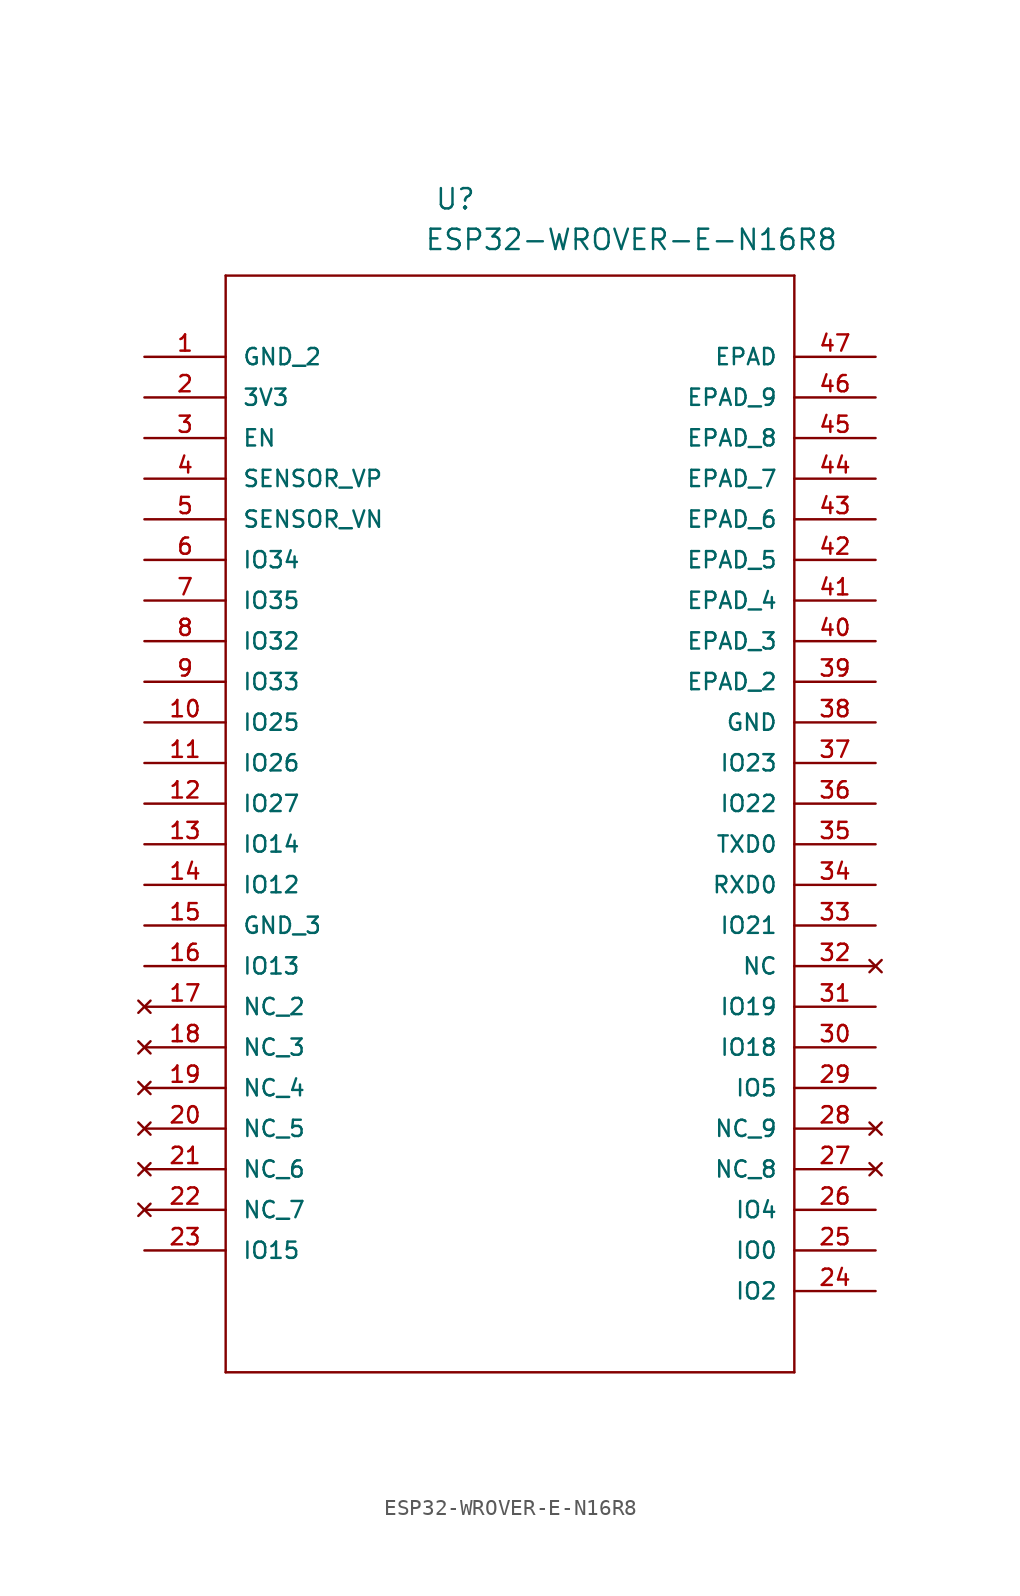
<source format=kicad_sym>
(kicad_symbol_lib
  (version 20211014)
  (generator kicad_symbol_editor)
  (symbol "ESP32-WROVER-E-N16R8"
    (pin_names
      (offset 1.016))
    (property "Reference" "U"
      (at 20.675 9.119 0)
      (effects (font (size 1.27 1.27)) (justify bottom left)))
    (property "Value" "ESP32-WROVER-E-N16R8"
      (at 20.035 6.579 0)
      (effects (font (size 1.27 1.27)) (justify bottom left)))
    (symbol "ESP32-WROVER-E-N16R8_0_0"
      (polyline (pts (xy 7.62 5.08) (xy 7.62 -63.5)) (stroke (width 0.152)))
      (polyline (pts (xy 7.62 -63.5) (xy 43.18 -63.5)) (stroke (width 0.152)))
      (polyline (pts (xy 43.18 -63.5) (xy 43.18 5.08)) (stroke (width 0.152)))
      (polyline (pts (xy 43.18 5.08) (xy 7.62 5.08)) (stroke (width 0.152)))
      (pin passive line (at 2.54 0.0 0) (length 5.08) (name "GND_2" (effects (font (size 1.016 1.016)))) (number "1" (effects (font (size 1.016 1.016)))))
      (pin power_in line (at 2.54 -2.54 0) (length 5.08) (name "3V3" (effects (font (size 1.016 1.016)))) (number "2" (effects (font (size 1.016 1.016)))))
      (pin input line (at 2.54 -5.08 0) (length 5.08) (name "EN" (effects (font (size 1.016 1.016)))) (number "3" (effects (font (size 1.016 1.016)))))
      (pin bidirectional line (at 2.54 -7.62 0) (length 5.08) (name "SENSOR_VP" (effects (font (size 1.016 1.016)))) (number "4" (effects (font (size 1.016 1.016)))))
      (pin bidirectional line (at 2.54 -10.16 0) (length 5.08) (name "SENSOR_VN" (effects (font (size 1.016 1.016)))) (number "5" (effects (font (size 1.016 1.016)))))
      (pin bidirectional line (at 2.54 -12.7 0) (length 5.08) (name "IO34" (effects (font (size 1.016 1.016)))) (number "6" (effects (font (size 1.016 1.016)))))
      (pin bidirectional line (at 2.54 -15.24 0) (length 5.08) (name "IO35" (effects (font (size 1.016 1.016)))) (number "7" (effects (font (size 1.016 1.016)))))
      (pin bidirectional line (at 2.54 -17.78 0) (length 5.08) (name "IO32" (effects (font (size 1.016 1.016)))) (number "8" (effects (font (size 1.016 1.016)))))
      (pin bidirectional line (at 2.54 -20.32 0) (length 5.08) (name "IO33" (effects (font (size 1.016 1.016)))) (number "9" (effects (font (size 1.016 1.016)))))
      (pin bidirectional line (at 2.54 -22.86 0) (length 5.08) (name "IO25" (effects (font (size 1.016 1.016)))) (number "10" (effects (font (size 1.016 1.016)))))
      (pin bidirectional line (at 2.54 -25.4 0) (length 5.08) (name "IO26" (effects (font (size 1.016 1.016)))) (number "11" (effects (font (size 1.016 1.016)))))
      (pin bidirectional line (at 2.54 -27.94 0) (length 5.08) (name "IO27" (effects (font (size 1.016 1.016)))) (number "12" (effects (font (size 1.016 1.016)))))
      (pin bidirectional line (at 2.54 -30.48 0) (length 5.08) (name "IO14" (effects (font (size 1.016 1.016)))) (number "13" (effects (font (size 1.016 1.016)))))
      (pin bidirectional line (at 2.54 -33.02 0) (length 5.08) (name "IO12" (effects (font (size 1.016 1.016)))) (number "14" (effects (font (size 1.016 1.016)))))
      (pin passive line (at 2.54 -35.56 0) (length 5.08) (name "GND_3" (effects (font (size 1.016 1.016)))) (number "15" (effects (font (size 1.016 1.016)))))
      (pin bidirectional line (at 2.54 -38.1 0) (length 5.08) (name "IO13" (effects (font (size 1.016 1.016)))) (number "16" (effects (font (size 1.016 1.016)))))
      (pin no_connect line (at 2.54 -40.64 0) (length 5.08) (name "NC_2" (effects (font (size 1.016 1.016)))) (number "17" (effects (font (size 1.016 1.016)))))
      (pin no_connect line (at 2.54 -43.18 0) (length 5.08) (name "NC_3" (effects (font (size 1.016 1.016)))) (number "18" (effects (font (size 1.016 1.016)))))
      (pin no_connect line (at 2.54 -45.72 0) (length 5.08) (name "NC_4" (effects (font (size 1.016 1.016)))) (number "19" (effects (font (size 1.016 1.016)))))
      (pin no_connect line (at 2.54 -48.26 0) (length 5.08) (name "NC_5" (effects (font (size 1.016 1.016)))) (number "20" (effects (font (size 1.016 1.016)))))
      (pin no_connect line (at 2.54 -50.8 0) (length 5.08) (name "NC_6" (effects (font (size 1.016 1.016)))) (number "21" (effects (font (size 1.016 1.016)))))
      (pin no_connect line (at 2.54 -53.34 0) (length 5.08) (name "NC_7" (effects (font (size 1.016 1.016)))) (number "22" (effects (font (size 1.016 1.016)))))
      (pin bidirectional line (at 2.54 -55.88 0) (length 5.08) (name "IO15" (effects (font (size 1.016 1.016)))) (number "23" (effects (font (size 1.016 1.016)))))
      (pin bidirectional line (at 48.26 -58.42 180.0) (length 5.08) (name "IO2" (effects (font (size 1.016 1.016)))) (number "24" (effects (font (size 1.016 1.016)))))
      (pin bidirectional line (at 48.26 -55.88 180.0) (length 5.08) (name "IO0" (effects (font (size 1.016 1.016)))) (number "25" (effects (font (size 1.016 1.016)))))
      (pin bidirectional line (at 48.26 -53.34 180.0) (length 5.08) (name "IO4" (effects (font (size 1.016 1.016)))) (number "26" (effects (font (size 1.016 1.016)))))
      (pin no_connect line (at 48.26 -50.8 180.0) (length 5.08) (name "NC_8" (effects (font (size 1.016 1.016)))) (number "27" (effects (font (size 1.016 1.016)))))
      (pin no_connect line (at 48.26 -48.26 180.0) (length 5.08) (name "NC_9" (effects (font (size 1.016 1.016)))) (number "28" (effects (font (size 1.016 1.016)))))
      (pin bidirectional line (at 48.26 -45.72 180.0) (length 5.08) (name "IO5" (effects (font (size 1.016 1.016)))) (number "29" (effects (font (size 1.016 1.016)))))
      (pin bidirectional line (at 48.26 -43.18 180.0) (length 5.08) (name "IO18" (effects (font (size 1.016 1.016)))) (number "30" (effects (font (size 1.016 1.016)))))
      (pin bidirectional line (at 48.26 -40.64 180.0) (length 5.08) (name "IO19" (effects (font (size 1.016 1.016)))) (number "31" (effects (font (size 1.016 1.016)))))
      (pin no_connect line (at 48.26 -38.1 180.0) (length 5.08) (name "NC" (effects (font (size 1.016 1.016)))) (number "32" (effects (font (size 1.016 1.016)))))
      (pin bidirectional line (at 48.26 -35.56 180.0) (length 5.08) (name "IO21" (effects (font (size 1.016 1.016)))) (number "33" (effects (font (size 1.016 1.016)))))
      (pin bidirectional line (at 48.26 -33.02 180.0) (length 5.08) (name "RXD0" (effects (font (size 1.016 1.016)))) (number "34" (effects (font (size 1.016 1.016)))))
      (pin bidirectional line (at 48.26 -30.48 180.0) (length 5.08) (name "TXD0" (effects (font (size 1.016 1.016)))) (number "35" (effects (font (size 1.016 1.016)))))
      (pin bidirectional line (at 48.26 -27.94 180.0) (length 5.08) (name "IO22" (effects (font (size 1.016 1.016)))) (number "36" (effects (font (size 1.016 1.016)))))
      (pin bidirectional line (at 48.26 -25.4 180.0) (length 5.08) (name "IO23" (effects (font (size 1.016 1.016)))) (number "37" (effects (font (size 1.016 1.016)))))
      (pin passive line (at 48.26 -22.86 180.0) (length 5.08) (name "GND" (effects (font (size 1.016 1.016)))) (number "38" (effects (font (size 1.016 1.016)))))
      (pin passive line (at 48.26 -20.32 180.0) (length 5.08) (name "EPAD_2" (effects (font (size 1.016 1.016)))) (number "39" (effects (font (size 1.016 1.016)))))
      (pin passive line (at 48.26 -17.78 180.0) (length 5.08) (name "EPAD_3" (effects (font (size 1.016 1.016)))) (number "40" (effects (font (size 1.016 1.016)))))
      (pin passive line (at 48.26 -15.24 180.0) (length 5.08) (name "EPAD_4" (effects (font (size 1.016 1.016)))) (number "41" (effects (font (size 1.016 1.016)))))
      (pin passive line (at 48.26 -12.7 180.0) (length 5.08) (name "EPAD_5" (effects (font (size 1.016 1.016)))) (number "42" (effects (font (size 1.016 1.016)))))
      (pin passive line (at 48.26 -10.16 180.0) (length 5.08) (name "EPAD_6" (effects (font (size 1.016 1.016)))) (number "43" (effects (font (size 1.016 1.016)))))
      (pin passive line (at 48.26 -7.62 180.0) (length 5.08) (name "EPAD_7" (effects (font (size 1.016 1.016)))) (number "44" (effects (font (size 1.016 1.016)))))
      (pin passive line (at 48.26 -5.08 180.0) (length 5.08) (name "EPAD_8" (effects (font (size 1.016 1.016)))) (number "45" (effects (font (size 1.016 1.016)))))
      (pin passive line (at 48.26 -2.54 180.0) (length 5.08) (name "EPAD_9" (effects (font (size 1.016 1.016)))) (number "46" (effects (font (size 1.016 1.016)))))
      (pin passive line (at 48.26 0.0 180.0) (length 5.08) (name "EPAD" (effects (font (size 1.016 1.016)))) (number "47" (effects (font (size 1.016 1.016))))))))
</source>
